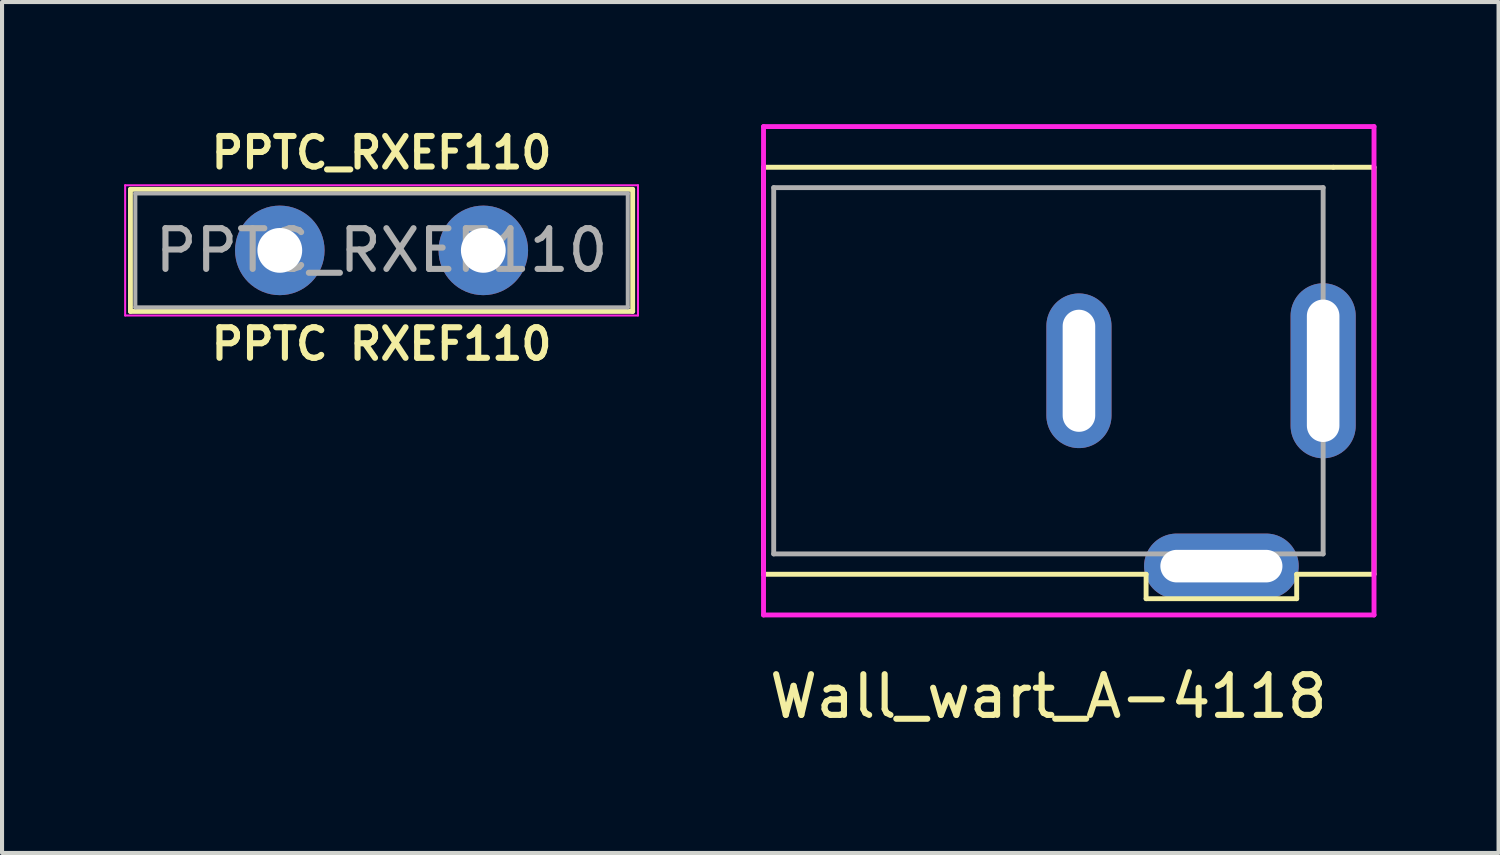
<source format=kicad_pcb>
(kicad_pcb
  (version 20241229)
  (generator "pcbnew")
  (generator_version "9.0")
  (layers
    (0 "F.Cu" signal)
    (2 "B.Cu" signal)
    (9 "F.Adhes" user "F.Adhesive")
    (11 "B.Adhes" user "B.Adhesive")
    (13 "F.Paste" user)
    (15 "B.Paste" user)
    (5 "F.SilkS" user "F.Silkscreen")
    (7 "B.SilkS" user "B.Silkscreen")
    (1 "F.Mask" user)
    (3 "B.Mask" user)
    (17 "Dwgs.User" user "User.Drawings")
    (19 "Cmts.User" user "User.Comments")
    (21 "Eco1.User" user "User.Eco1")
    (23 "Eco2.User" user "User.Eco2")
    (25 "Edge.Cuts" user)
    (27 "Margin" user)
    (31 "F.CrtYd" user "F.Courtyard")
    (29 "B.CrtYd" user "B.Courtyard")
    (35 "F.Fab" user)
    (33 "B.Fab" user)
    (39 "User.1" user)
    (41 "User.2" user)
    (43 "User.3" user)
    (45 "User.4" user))
  (footprint "Wall_wart_A-4118"
    (layer "F.Cu")
    (at 22.71 6.06)
    (property "Reference" "Wall_wart_A-4118" (at 0 8 0) (layer "F.SilkS") (effects (font (size 1 1) (thickness 0.15))))
    (attr through_hole)
    (fp_line (start -7 -5) (end 7 -5) (stroke (width 0.12) (type solid)) (layer "F.SilkS"))
    (fp_line (start -7 5) (end -7 -5) (stroke (width 0.12) (type solid)) (layer "F.SilkS"))
    (fp_line (start 2.4 5) (end -7 5) (stroke (width 0.12) (type solid)) (layer "F.SilkS"))
    (fp_line (start 2.4 5) (end 2.4 5.6) (stroke (width 0.12) (type solid)) (layer "F.SilkS"))
    (fp_line (start 2.4 5.6) (end 6.1 5.6) (stroke (width 0.12) (type solid)) (layer "F.SilkS"))
    (fp_line (start 6.1 5) (end 8 5) (stroke (width 0.12) (type solid)) (layer "F.SilkS"))
    (fp_line (start 6.1 5.6) (end 6.1 5) (stroke (width 0.12) (type solid)) (layer "F.SilkS"))
    (fp_line (start 7 -5) (end 8 -5) (stroke (width 0.12) (type solid)) (layer "F.SilkS"))
    (fp_line (start 8 -5) (end 8 5) (stroke (width 0.12) (type solid)) (layer "F.SilkS"))
    (fp_line (start -7 -6) (end 8 -6) (stroke (width 0.12) (type solid)) (layer "F.CrtYd"))
    (fp_line (start -7 6) (end -7 -6) (stroke (width 0.12) (type solid)) (layer "F.CrtYd"))
    (fp_line (start 8 -6) (end 8 6) (stroke (width 0.12) (type solid)) (layer "F.CrtYd"))
    (fp_line (start 8 6) (end -7 6) (stroke (width 0.12) (type solid)) (layer "F.CrtYd"))
    (fp_line (start -6.75 -4.5) (end -6.75 4.5) (stroke (width 0.12) (type solid)) (layer "F.Fab"))
    (fp_line (start -6.75 4.5) (end 6.75 4.5) (stroke (width 0.12) (type solid)) (layer "F.Fab"))
    (fp_line (start 6.75 -4.5) (end -6.75 -4.5) (stroke (width 0.12) (type solid)) (layer "F.Fab"))
    (fp_line (start 6.75 4.5) (end 6.75 -4.5) (stroke (width 0.12) (type solid)) (layer "F.Fab"))
    (pad "1" thru_hole oval (at 4.25 4.8) (size 3.8 1.6) (drill oval 3 0.8) (layers "*.Cu" "*.Mask"))
    (pad "2" thru_hole oval (at 0.75 0) (size 1.6 3.8) (drill oval 0.8 3) (layers "*.Cu" "*.Mask"))
    (pad "3" thru_hole oval (at 6.75 0) (size 1.6 4.3) (drill oval 0.8 3.5) (layers "*.Cu" "*.Mask")))
  (footprint "PPTC_RXEF110"
    (layer "F.Cu")
    (at 6.325 3.102)
    (property "Reference" "PPTC_RXEF110" (at 0 -2.4 0) (layer "F.SilkS") (effects (font (size 0.75 0.75) (thickness 0.15))))
    (property "Value" "PPTC RXEF110" (at 0 2.4 0) (layer "F.Fab") (hide yes) (effects (font (size 1 1) (thickness 0.15))))
    (attr through_hole)
    (fp_line (start -6.17 -1.5) (end -6.17 1.5) (stroke (width 0.12) (type solid)) (layer "F.SilkS"))
    (fp_line (start -6.17 -1.5) (end 6.17 -1.5) (stroke (width 0.12) (type solid)) (layer "F.SilkS"))
    (fp_line (start -6.17 1.5) (end 6.17 1.5) (stroke (width 0.12) (type solid)) (layer "F.SilkS"))
    (fp_line (start 6.17 -1.5) (end 6.17 1.5) (stroke (width 0.12) (type solid)) (layer "F.SilkS"))
    (fp_line (start -6.3 -1.6) (end -6.3 1.6) (stroke (width 0.05) (type solid)) (layer "F.CrtYd"))
    (fp_line (start -6.3 1.6) (end 6.3 1.6) (stroke (width 0.05) (type solid)) (layer "F.CrtYd"))
    (fp_line (start 6.3 -1.6) (end -6.3 -1.6) (stroke (width 0.05) (type solid)) (layer "F.CrtYd"))
    (fp_line (start 6.3 1.6) (end 6.3 -1.6) (stroke (width 0.05) (type solid)) (layer "F.CrtYd"))
    (fp_line (start -6.05 -1.4) (end -6.05 1.4) (stroke (width 0.1) (type solid)) (layer "F.Fab"))
    (fp_line (start -6.05 1.4) (end 6.05 1.4) (stroke (width 0.1) (type solid)) (layer "F.Fab"))
    (fp_line (start 6.05 -1.4) (end -6.05 -1.4) (stroke (width 0.1) (type solid)) (layer "F.Fab"))
    (fp_line (start 6.05 1.4) (end 6.05 -1.4) (stroke (width 0.1) (type solid)) (layer "F.Fab"))
    (fp_text user "${VALUE}" (at 0 2.3 0) (layer "F.SilkS") (effects (font (size 0.75 0.75) (thickness 0.15))))
    (fp_text user "${REFERENCE}" (at 0 0 0) (layer "F.Fab") (effects (font (size 1 1) (thickness 0.15))))
    (pad "1" thru_hole circle (at -2.5 0) (size 2.2 2.2) (drill 1.1) (layers "*.Cu" "*.Mask"))
    (pad "2" thru_hole circle (at 2.5 0) (size 2.2 2.2) (drill 1.1) (layers "*.Cu" "*.Mask")))
  (gr_rect
    (start -3 -3)
    (end 33.77 17.908)
    (stroke (width 0.1) (type default))
    (fill no)
    (layer "Edge.Cuts")))
</source>
